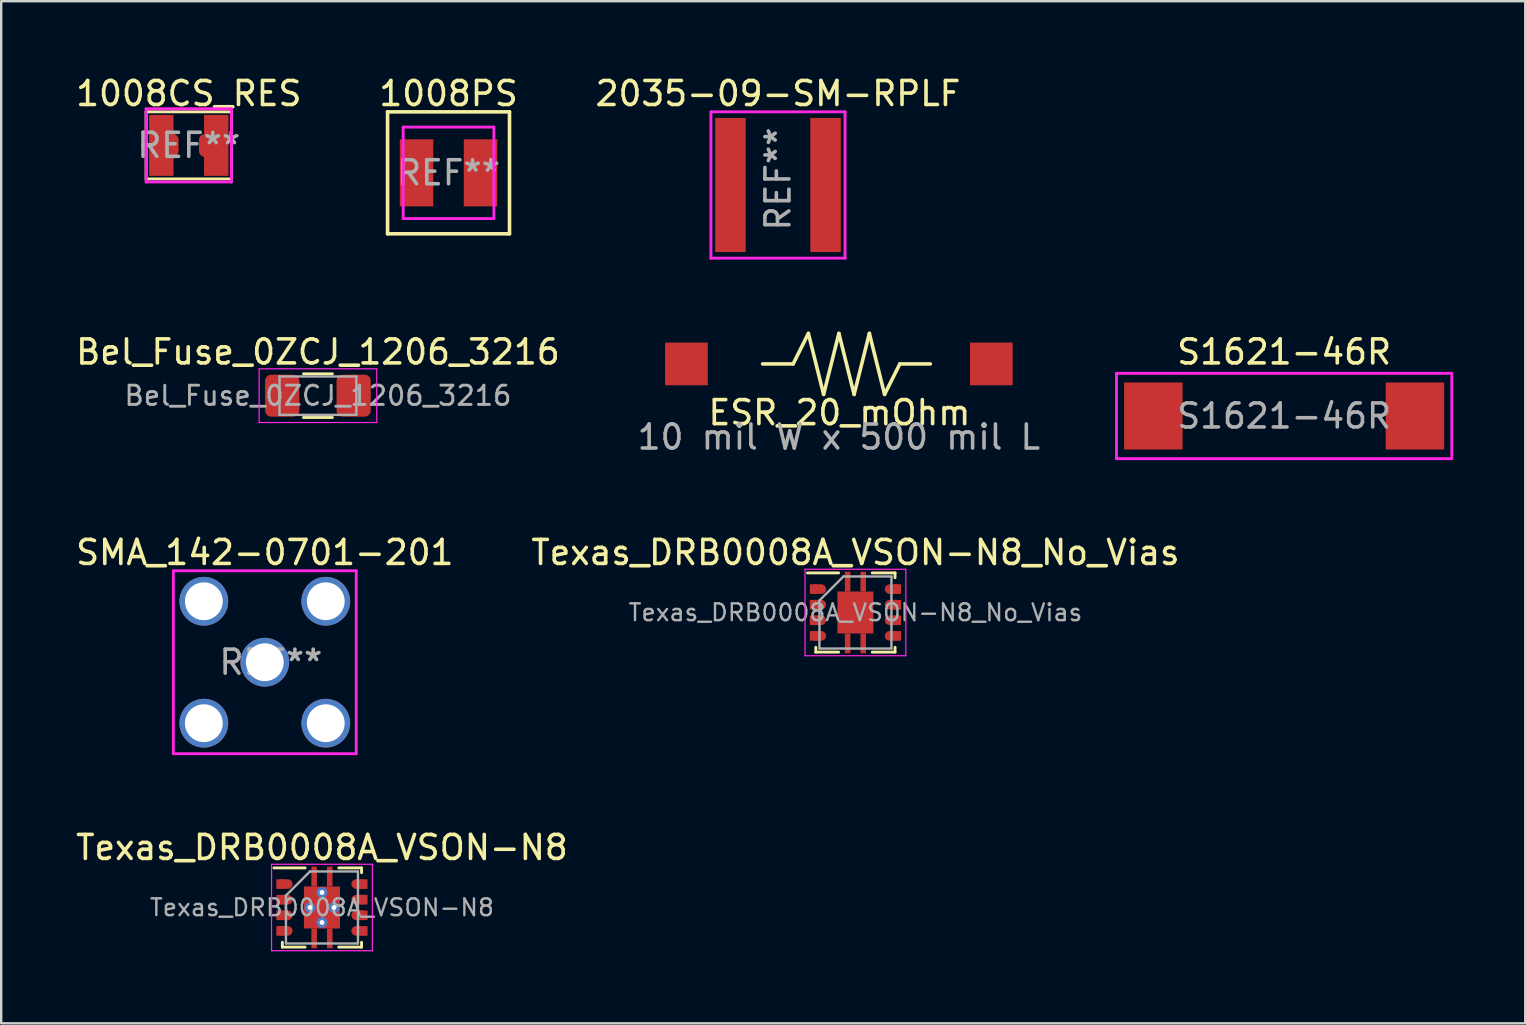
<source format=kicad_pcb>
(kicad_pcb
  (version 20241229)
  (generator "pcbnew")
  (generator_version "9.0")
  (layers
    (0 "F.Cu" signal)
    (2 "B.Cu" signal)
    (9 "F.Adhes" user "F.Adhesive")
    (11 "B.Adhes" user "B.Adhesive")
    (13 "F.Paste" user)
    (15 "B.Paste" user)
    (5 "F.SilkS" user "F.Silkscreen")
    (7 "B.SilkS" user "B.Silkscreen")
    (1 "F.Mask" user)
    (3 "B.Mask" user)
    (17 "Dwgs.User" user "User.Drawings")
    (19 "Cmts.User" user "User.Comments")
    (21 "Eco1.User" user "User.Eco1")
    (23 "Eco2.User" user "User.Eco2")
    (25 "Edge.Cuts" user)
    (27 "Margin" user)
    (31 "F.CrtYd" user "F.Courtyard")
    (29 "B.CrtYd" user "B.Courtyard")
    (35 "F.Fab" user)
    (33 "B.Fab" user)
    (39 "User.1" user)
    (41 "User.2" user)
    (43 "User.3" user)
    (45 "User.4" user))
  (footprint "1008CS_RES"
    (layer "F.Cu")
    (at 4.815 3.007)
    (property "Reference" "1008CS_RES" (at 0 -2.159 0) (layer "F.SilkS") (effects (font (size 1 1) (thickness 0.15))))
    (attr smd)
    (fp_line (start -1.778 -1.397) (end -1.778 1.397) (stroke (width 0.12) (type solid)) (layer "F.SilkS"))
    (fp_line (start -1.778 -1.397) (end 1.778 -1.397) (stroke (width 0.12) (type solid)) (layer "F.SilkS"))
    (fp_line (start -1.778 1.397) (end 1.778 1.397) (stroke (width 0.12) (type solid)) (layer "F.SilkS"))
    (fp_line (start 1.778 -1.397) (end 1.778 1.397) (stroke (width 0.12) (type solid)) (layer "F.SilkS"))
    (fp_line (start -1.778 -1.524) (end 1.778 -1.524) (stroke (width 0.12) (type solid)) (layer "F.CrtYd"))
    (fp_line (start -1.778 1.524) (end -1.778 -1.524) (stroke (width 0.12) (type solid)) (layer "F.CrtYd"))
    (fp_line (start 1.778 -1.524) (end 1.778 1.524) (stroke (width 0.12) (type solid)) (layer "F.CrtYd"))
    (fp_line (start 1.778 1.524) (end -1.778 1.524) (stroke (width 0.12) (type solid)) (layer "F.CrtYd"))
    (fp_text user "REF**" (at 0 0 0) (layer "F.Fab") (effects (font (size 1 1) (thickness 0.15))))
    (pad "1" smd rect (at -1.143 0) (size 1.016 2.54) (layers "F.Cu" "F.Mask" "F.Paste"))
    (pad "1" smd roundrect (at -0.912 0) (size 0.975 0.95) (layers "F.Cu" "F.Mask" "F.Paste") (roundrect_rratio 0.25))
    (pad "2" smd roundrect (at 0.912 0) (size 0.975 0.95) (layers "F.Cu" "F.Mask" "F.Paste") (roundrect_rratio 0.25))
    (pad "2" smd rect (at 1.143 0) (size 1.016 2.54) (layers "F.Cu" "F.Mask" "F.Paste")))
  (footprint "Texas_DRB0008A_VSON-N8_No_Vias"
    (layer "F.Cu")
    (at 32.589 22.468)
    (property "Reference" "Texas_DRB0008A_VSON-N8_No_Vias" (at 0 -2.5 0) (layer "F.SilkS") (effects (font (size 1 1) (thickness 0.15))))
    (attr smd)
    (fp_line (start -2 -1.65) (end -0.7 -1.65) (stroke (width 0.12) (type solid)) (layer "F.SilkS"))
    (fp_line (start -1.65 1.65) (end -1.65 1.45) (stroke (width 0.12) (type solid)) (layer "F.SilkS"))
    (fp_line (start -1.65 1.65) (end -0.7 1.65) (stroke (width 0.12) (type solid)) (layer "F.SilkS"))
    (fp_line (start 0.7 -1.65) (end 1.65 -1.65) (stroke (width 0.12) (type solid)) (layer "F.SilkS"))
    (fp_line (start 0.7 1.65) (end 1.65 1.65) (stroke (width 0.12) (type solid)) (layer "F.SilkS"))
    (fp_line (start 1.65 -1.45) (end 1.65 -1.65) (stroke (width 0.12) (type solid)) (layer "F.SilkS"))
    (fp_line (start 1.65 1.45) (end 1.65 1.65) (stroke (width 0.12) (type solid)) (layer "F.SilkS"))
    (fp_line (start -2.1 -1.8) (end -2.1 1.8) (stroke (width 0.05) (type solid)) (layer "F.CrtYd"))
    (fp_line (start -2.1 -1.8) (end 2.1 -1.8) (stroke (width 0.05) (type solid)) (layer "F.CrtYd"))
    (fp_line (start -2.1 1.8) (end 2.1 1.8) (stroke (width 0.05) (type solid)) (layer "F.CrtYd"))
    (fp_line (start 2.1 -1.8) (end 2.1 1.8) (stroke (width 0.05) (type solid)) (layer "F.CrtYd"))
    (fp_line (start -1.5 1.5) (end -1.5 -0.5) (stroke (width 0.1) (type solid)) (layer "F.Fab"))
    (fp_line (start -0.5 -1.5) (end -1.5 -0.5) (stroke (width 0.1) (type solid)) (layer "F.Fab"))
    (fp_line (start -0.5 -1.5) (end 1.5 -1.5) (stroke (width 0.1) (type solid)) (layer "F.Fab"))
    (fp_line (start 1.5 -1.5) (end 1.5 1.5) (stroke (width 0.1) (type solid)) (layer "F.Fab"))
    (fp_line (start 1.5 1.5) (end -1.5 1.5) (stroke (width 0.1) (type solid)) (layer "F.Fab"))
    (fp_text user "${REFERENCE}" (at 0 0 0) (layer "F.Fab") (effects (font (size 0.7 0.7) (thickness 0.1))))
    (pad "1" smd rect (at -1.75 -0.975) (size 0.3 0.4) (layers "F.Cu" "F.Mask" "F.Paste"))
    (pad "1" smd oval (at -1.55 -0.975) (size 0.65 0.4) (layers "F.Cu" "F.Mask" "F.Paste"))
    (pad "2" smd rect (at -1.75 -0.325) (size 0.3 0.4) (layers "F.Cu" "F.Mask" "F.Paste"))
    (pad "2" smd oval (at -1.55 -0.325) (size 0.65 0.4) (layers "F.Cu" "F.Mask" "F.Paste"))
    (pad "3" smd rect (at -1.75 0.325) (size 0.3 0.4) (layers "F.Cu" "F.Mask" "F.Paste"))
    (pad "3" smd oval (at -1.55 0.325) (size 0.65 0.4) (layers "F.Cu" "F.Mask" "F.Paste"))
    (pad "4" smd rect (at -1.75 0.975) (size 0.3 0.4) (layers "F.Cu" "F.Mask" "F.Paste"))
    (pad "4" smd oval (at -1.55 0.975) (size 0.65 0.4) (layers "F.Cu" "F.Mask" "F.Paste"))
    (pad "5" smd oval (at 1.55 0.975) (size 0.65 0.4) (layers "F.Cu" "F.Mask" "F.Paste"))
    (pad "5" smd rect (at 1.75 0.975) (size 0.3 0.4) (layers "F.Cu" "F.Mask" "F.Paste"))
    (pad "6" smd oval (at 1.55 0.325) (size 0.65 0.4) (layers "F.Cu" "F.Mask" "F.Paste"))
    (pad "6" smd rect (at 1.75 0.325) (size 0.3 0.4) (layers "F.Cu" "F.Mask" "F.Paste"))
    (pad "7" smd oval (at 1.55 -0.325) (size 0.65 0.4) (layers "F.Cu" "F.Mask" "F.Paste"))
    (pad "7" smd rect (at 1.75 -0.325) (size 0.3 0.4) (layers "F.Cu" "F.Mask" "F.Paste"))
    (pad "8" smd oval (at 1.55 -0.975) (size 0.65 0.4) (layers "F.Cu" "F.Mask" "F.Paste"))
    (pad "8" smd rect (at 1.75 -0.975) (size 0.3 0.4) (layers "F.Cu" "F.Mask" "F.Paste"))
    (pad "9" smd rect (at -0.325 -1.288) (size 0.23 0.825) (layers "F.Cu" "F.Mask" "F.Paste"))
    (pad "9" smd rect (at -0.325 1.288) (size 0.23 0.825) (layers "F.Cu" "F.Mask" "F.Paste"))
    (pad "9" smd rect (at 0 0) (size 1.5 1.75) (layers "F.Cu" "F.Mask" "F.Paste"))
    (pad "9" smd rect (at 0.325 -1.288) (size 0.23 0.825) (layers "F.Cu" "F.Mask" "F.Paste"))
    (pad "9" smd rect (at 0.325 1.288) (size 0.23 0.825) (layers "F.Cu" "F.Mask" "F.Paste")))
  (footprint "2035-09-SM-RPLF"
    (layer "F.Cu")
    (at 29.363 4.658)
    (property "Reference" "2035-09-SM-RPLF" (at 0 -3.81 0) (layer "F.SilkS") (effects (font (size 1 1) (thickness 0.15))))
    (attr smd)
    (fp_line (start -2.794 -3.048) (end 2.794 -3.048) (stroke (width 0.12) (type solid)) (layer "F.CrtYd"))
    (fp_line (start -2.794 3.048) (end -2.794 -3.048) (stroke (width 0.12) (type solid)) (layer "F.CrtYd"))
    (fp_line (start 2.794 -3.048) (end 2.794 3.048) (stroke (width 0.12) (type solid)) (layer "F.CrtYd"))
    (fp_line (start 2.794 3.048) (end -2.794 3.048) (stroke (width 0.12) (type solid)) (layer "F.CrtYd"))
    (fp_text user "REF**" (at 0 -0.254 90) (layer "F.Fab") (effects (font (size 1 1) (thickness 0.15))))
    (pad "1" smd rect (at -1.981 0) (size 1.27 5.588) (layers "F.Cu" "F.Mask" "F.Paste"))
    (pad "2" smd rect (at 1.981 0 180) (size 1.27 5.588) (layers "F.Cu" "F.Mask" "F.Paste")))
  (footprint "1008PS"
    (layer "F.Cu")
    (at 15.637 4.15)
    (property "Reference" "1008PS" (at 0 -3.302 0) (layer "F.SilkS") (effects (font (size 1 1) (thickness 0.15))))
    (attr smd)
    (fp_line (start -2.54 -2.54) (end 2.54 -2.54) (stroke (width 0.15) (type solid)) (layer "F.SilkS"))
    (fp_line (start -2.54 2.54) (end -2.54 -2.54) (stroke (width 0.15) (type solid)) (layer "F.SilkS"))
    (fp_line (start -2.54 2.54) (end 2.54 2.54) (stroke (width 0.15) (type solid)) (layer "F.SilkS"))
    (fp_line (start 2.54 -2.54) (end 2.54 2.54) (stroke (width 0.15) (type solid)) (layer "F.SilkS"))
    (fp_line (start -1.89 -1.905) (end 1.89 -1.905) (stroke (width 0.12) (type solid)) (layer "F.CrtYd"))
    (fp_line (start -1.89 1.905) (end -1.89 -1.905) (stroke (width 0.12) (type solid)) (layer "F.CrtYd"))
    (fp_line (start -1.89 1.905) (end 1.89 1.905) (stroke (width 0.12) (type solid)) (layer "F.CrtYd"))
    (fp_line (start 1.89 -1.905) (end 1.89 1.905) (stroke (width 0.12) (type solid)) (layer "F.CrtYd"))
    (fp_text user "REF**" (at 0 0 0) (layer "F.Fab") (effects (font (size 1 1) (thickness 0.15))))
    (pad "1" smd rect (at -1.333 0) (size 1.397 2.794) (layers "F.Cu" "F.Mask" "F.Paste"))
    (pad "2" smd rect (at 1.333 0) (size 1.397 2.794) (layers "F.Cu" "F.Mask" "F.Paste")))
  (footprint "SMA_142-0701-201"
    (layer "F.Cu")
    (at 7.982 24.54)
    (property "Reference" "SMA_142-0701-201" (at 0 -4.572 0) (layer "F.SilkS") (effects (font (size 1 1) (thickness 0.15))))
    (attr through_hole)
    (fp_line (start -3.81 -3.81) (end 3.81 -3.81) (stroke (width 0.12) (type solid)) (layer "F.CrtYd"))
    (fp_line (start -3.81 3.81) (end -3.81 -3.81) (stroke (width 0.12) (type solid)) (layer "F.CrtYd"))
    (fp_line (start 3.81 -3.81) (end 3.81 3.81) (stroke (width 0.12) (type solid)) (layer "F.CrtYd"))
    (fp_line (start 3.81 3.81) (end -3.81 3.81) (stroke (width 0.12) (type solid)) (layer "F.CrtYd"))
    (fp_text user "REF**" (at 0.254 0 0) (layer "F.Fab") (effects (font (size 1 1) (thickness 0.15))))
    (pad "1" thru_hole circle (at 0 0) (size 2.032 2.032) (drill 1.575) (layers "*.Cu" "*.Mask"))
    (pad "2" thru_hole circle (at -2.54 -2.54) (size 2.032 2.032) (drill 1.575) (layers "*.Cu" "*.Mask"))
    (pad "2" thru_hole circle (at -2.54 2.54) (size 2.032 2.032) (drill 1.575) (layers "*.Cu" "*.Mask"))
    (pad "2" thru_hole circle (at 2.54 -2.54) (size 2.032 2.032) (drill 1.575) (layers "*.Cu" "*.Mask"))
    (pad "2" thru_hole circle (at 2.54 2.54) (size 2.032 2.032) (drill 1.575) (layers "*.Cu" "*.Mask")))
  (footprint "S1621-46R"
    (layer "F.Cu")
    (at 50.45 14.281)
    (property "Reference" "S1621-46R" (at 0 -2.667 0) (layer "F.SilkS") (effects (font (size 1 1) (thickness 0.15))))
    (attr smd)
    (fp_line (start -6.985 -1.778) (end 6.985 -1.778) (stroke (width 0.12) (type solid)) (layer "F.CrtYd"))
    (fp_line (start -6.985 1.778) (end -6.985 -1.778) (stroke (width 0.12) (type solid)) (layer "F.CrtYd"))
    (fp_line (start 6.985 -1.778) (end 6.985 1.778) (stroke (width 0.12) (type solid)) (layer "F.CrtYd"))
    (fp_line (start 6.985 1.778) (end -6.985 1.778) (stroke (width 0.12) (type solid)) (layer "F.CrtYd"))
    (fp_text user "${REFERENCE}" (at 0 0 0) (layer "F.Fab") (effects (font (size 1 1) (thickness 0.15))))
    (pad "1" smd rect (at -5.45 0) (size 2.438 2.794) (layers "F.Cu" "F.Mask" "F.Paste"))
    (pad "2" smd rect (at 5.45 0) (size 2.438 2.794) (layers "F.Cu" "F.Mask" "F.Paste")))
  (footprint "ESR_20_mOhm"
    (layer "F.Cu")
    (at 31.899 12.111)
    (property "Reference" "ESR_20_mOhm" (at 0.025 2.032 0) (layer "F.SilkS") (effects (font (size 1 1) (thickness 0.15))))
    (attr exclude_from_pos_files exclude_from_bom)
    (fp_line (start -3.175 0) (end -1.905 0) (stroke (width 0.15) (type solid)) (layer "F.SilkS"))
    (fp_line (start -1.905 0) (end -1.27 -1.27) (stroke (width 0.15) (type solid)) (layer "F.SilkS"))
    (fp_line (start -1.27 -1.27) (end -0.635 1.27) (stroke (width 0.15) (type solid)) (layer "F.SilkS"))
    (fp_line (start -0.635 1.27) (end 0 -1.27) (stroke (width 0.15) (type solid)) (layer "F.SilkS"))
    (fp_line (start 0 -1.27) (end 0.635 1.27) (stroke (width 0.15) (type solid)) (layer "F.SilkS"))
    (fp_line (start 0.635 1.27) (end 1.27 -1.27) (stroke (width 0.15) (type solid)) (layer "F.SilkS"))
    (fp_line (start 1.27 -1.27) (end 1.905 1.27) (stroke (width 0.15) (type solid)) (layer "F.SilkS"))
    (fp_line (start 1.905 1.27) (end 2.54 0) (stroke (width 0.15) (type solid)) (layer "F.SilkS"))
    (fp_line (start 2.54 0) (end 3.81 0) (stroke (width 0.15) (type solid)) (layer "F.SilkS"))
    (fp_text user "10 mil W x 500 mil L" (at 0 3.048 0) (layer "F.Fab") (effects (font (size 1 1) (thickness 0.15))))
    (pad "1" smd rect (at -6.35 0) (size 1.778 1.778) (layers "F.Cu" "F.Mask" "F.Paste"))
    (pad "2" smd rect (at 6.35 0) (size 1.778 1.778) (layers "F.Cu" "F.Mask" "F.Paste")))
  (footprint "Texas_DRB0008A_VSON-N8"
    (layer "F.Cu")
    (at 10.363 34.758)
    (property "Reference" "Texas_DRB0008A_VSON-N8" (at 0 -2.5 0) (layer "F.SilkS") (effects (font (size 1 1) (thickness 0.15))))
    (attr smd)
    (fp_line (start -2 -1.65) (end -0.7 -1.65) (stroke (width 0.12) (type solid)) (layer "F.SilkS"))
    (fp_line (start -1.65 1.65) (end -1.65 1.45) (stroke (width 0.12) (type solid)) (layer "F.SilkS"))
    (fp_line (start -1.65 1.65) (end -0.7 1.65) (stroke (width 0.12) (type solid)) (layer "F.SilkS"))
    (fp_line (start 0.7 -1.65) (end 1.65 -1.65) (stroke (width 0.12) (type solid)) (layer "F.SilkS"))
    (fp_line (start 0.7 1.65) (end 1.65 1.65) (stroke (width 0.12) (type solid)) (layer "F.SilkS"))
    (fp_line (start 1.65 -1.45) (end 1.65 -1.65) (stroke (width 0.12) (type solid)) (layer "F.SilkS"))
    (fp_line (start 1.65 1.45) (end 1.65 1.65) (stroke (width 0.12) (type solid)) (layer "F.SilkS"))
    (fp_line (start -2.1 -1.8) (end -2.1 1.8) (stroke (width 0.05) (type solid)) (layer "F.CrtYd"))
    (fp_line (start -2.1 -1.8) (end 2.1 -1.8) (stroke (width 0.05) (type solid)) (layer "F.CrtYd"))
    (fp_line (start -2.1 1.8) (end 2.1 1.8) (stroke (width 0.05) (type solid)) (layer "F.CrtYd"))
    (fp_line (start 2.1 -1.8) (end 2.1 1.8) (stroke (width 0.05) (type solid)) (layer "F.CrtYd"))
    (fp_line (start -1.5 1.5) (end -1.5 -0.5) (stroke (width 0.1) (type solid)) (layer "F.Fab"))
    (fp_line (start -0.5 -1.5) (end -1.5 -0.5) (stroke (width 0.1) (type solid)) (layer "F.Fab"))
    (fp_line (start -0.5 -1.5) (end 1.5 -1.5) (stroke (width 0.1) (type solid)) (layer "F.Fab"))
    (fp_line (start 1.5 -1.5) (end 1.5 1.5) (stroke (width 0.1) (type solid)) (layer "F.Fab"))
    (fp_line (start 1.5 1.5) (end -1.5 1.5) (stroke (width 0.1) (type solid)) (layer "F.Fab"))
    (fp_text user "${REFERENCE}" (at 0 0 0) (layer "F.Fab") (effects (font (size 0.7 0.7) (thickness 0.1))))
    (pad "1" smd rect (at -1.75 -0.975) (size 0.3 0.4) (layers "F.Cu" "F.Mask" "F.Paste"))
    (pad "1" smd oval (at -1.55 -0.975) (size 0.65 0.4) (layers "F.Cu" "F.Mask" "F.Paste"))
    (pad "2" smd rect (at -1.75 -0.325) (size 0.3 0.4) (layers "F.Cu" "F.Mask" "F.Paste"))
    (pad "2" smd oval (at -1.55 -0.325) (size 0.65 0.4) (layers "F.Cu" "F.Mask" "F.Paste"))
    (pad "3" smd rect (at -1.75 0.325) (size 0.3 0.4) (layers "F.Cu" "F.Mask" "F.Paste"))
    (pad "3" smd oval (at -1.55 0.325) (size 0.65 0.4) (layers "F.Cu" "F.Mask" "F.Paste"))
    (pad "4" smd rect (at -1.75 0.975) (size 0.3 0.4) (layers "F.Cu" "F.Mask" "F.Paste"))
    (pad "4" smd oval (at -1.55 0.975) (size 0.65 0.4) (layers "F.Cu" "F.Mask" "F.Paste"))
    (pad "5" smd oval (at 1.55 0.975) (size 0.65 0.4) (layers "F.Cu" "F.Mask" "F.Paste"))
    (pad "5" smd rect (at 1.75 0.975) (size 0.3 0.4) (layers "F.Cu" "F.Mask" "F.Paste"))
    (pad "6" smd oval (at 1.55 0.325) (size 0.65 0.4) (layers "F.Cu" "F.Mask" "F.Paste"))
    (pad "6" smd rect (at 1.75 0.325) (size 0.3 0.4) (layers "F.Cu" "F.Mask" "F.Paste"))
    (pad "7" smd oval (at 1.55 -0.325) (size 0.65 0.4) (layers "F.Cu" "F.Mask" "F.Paste"))
    (pad "7" smd rect (at 1.75 -0.325) (size 0.3 0.4) (layers "F.Cu" "F.Mask" "F.Paste"))
    (pad "8" smd oval (at 1.55 -0.975) (size 0.65 0.4) (layers "F.Cu" "F.Mask" "F.Paste"))
    (pad "8" smd rect (at 1.75 -0.975) (size 0.3 0.4) (layers "F.Cu" "F.Mask" "F.Paste"))
    (pad "9" thru_hole circle (at -0.5 0) (size 0.45 0.45) (drill 0.203) (layers "*.Cu" "*.Mask"))
    (pad "9" smd rect (at -0.325 -1.288) (size 0.23 0.825) (layers "F.Cu" "F.Mask" "F.Paste"))
    (pad "9" smd rect (at -0.325 1.288) (size 0.23 0.825) (layers "F.Cu" "F.Mask" "F.Paste"))
    (pad "9" thru_hole circle (at 0 -0.625) (size 0.45 0.45) (drill 0.203) (layers "*.Cu" "*.Mask"))
    (pad "9" smd rect (at 0 0) (size 1.5 1.75) (layers "F.Cu" "F.Mask" "F.Paste"))
    (pad "9" thru_hole circle (at 0 0.625) (size 0.45 0.45) (drill 0.203) (layers "*.Cu" "*.Mask"))
    (pad "9" smd rect (at 0.325 -1.288) (size 0.23 0.825) (layers "F.Cu" "F.Mask" "F.Paste"))
    (pad "9" smd rect (at 0.325 1.288) (size 0.23 0.825) (layers "F.Cu" "F.Mask" "F.Paste"))
    (pad "9" thru_hole circle (at 0.5 0) (size 0.45 0.45) (drill 0.203) (layers "*.Cu" "*.Mask")))
  (footprint "Bel_Fuse_0ZCJ_1206_3216"
    (layer "F.Cu")
    (at 10.196 13.434)
    (property "Reference" "Bel_Fuse_0ZCJ_1206_3216" (at 0 -1.82 0) (layer "F.SilkS") (effects (font (size 1 1) (thickness 0.15))))
    (attr smd)
    (fp_line (start -0.602 -0.91) (end 0.602 -0.91) (stroke (width 0.12) (type solid)) (layer "F.SilkS"))
    (fp_line (start -0.602 0.91) (end 0.602 0.91) (stroke (width 0.12) (type solid)) (layer "F.SilkS"))
    (fp_line (start -2.45 -1.12) (end 2.45 -1.12) (stroke (width 0.05) (type solid)) (layer "F.CrtYd"))
    (fp_line (start -2.45 1.12) (end -2.45 -1.12) (stroke (width 0.05) (type solid)) (layer "F.CrtYd"))
    (fp_line (start 2.45 -1.12) (end 2.45 1.12) (stroke (width 0.05) (type solid)) (layer "F.CrtYd"))
    (fp_line (start 2.45 1.12) (end -2.45 1.12) (stroke (width 0.05) (type solid)) (layer "F.CrtYd"))
    (fp_line (start -1.6 -0.8) (end 1.6 -0.8) (stroke (width 0.1) (type solid)) (layer "F.Fab"))
    (fp_line (start -1.6 0.8) (end -1.6 -0.8) (stroke (width 0.1) (type solid)) (layer "F.Fab"))
    (fp_line (start 1.6 -0.8) (end 1.6 0.8) (stroke (width 0.1) (type solid)) (layer "F.Fab"))
    (fp_line (start 1.6 0.8) (end -1.6 0.8) (stroke (width 0.1) (type solid)) (layer "F.Fab"))
    (fp_text user "${REFERENCE}" (at 0 0 0) (layer "F.Fab") (effects (font (size 0.8 0.8) (thickness 0.12))))
    (pad "1" smd roundrect (at -1.488 0) (size 1.425 1.75) (layers "F.Cu" "F.Mask" "F.Paste") (roundrect_rratio 0.175))
    (pad "2" smd roundrect (at 1.488 0) (size 1.425 1.75) (layers "F.Cu" "F.Mask" "F.Paste") (roundrect_rratio 0.175)))
  (gr_rect
    (start -3 -3)
    (end 60.495 39.583)
    (stroke (width 0.1) (type default))
    (fill no)
    (layer "Edge.Cuts")))
</source>
